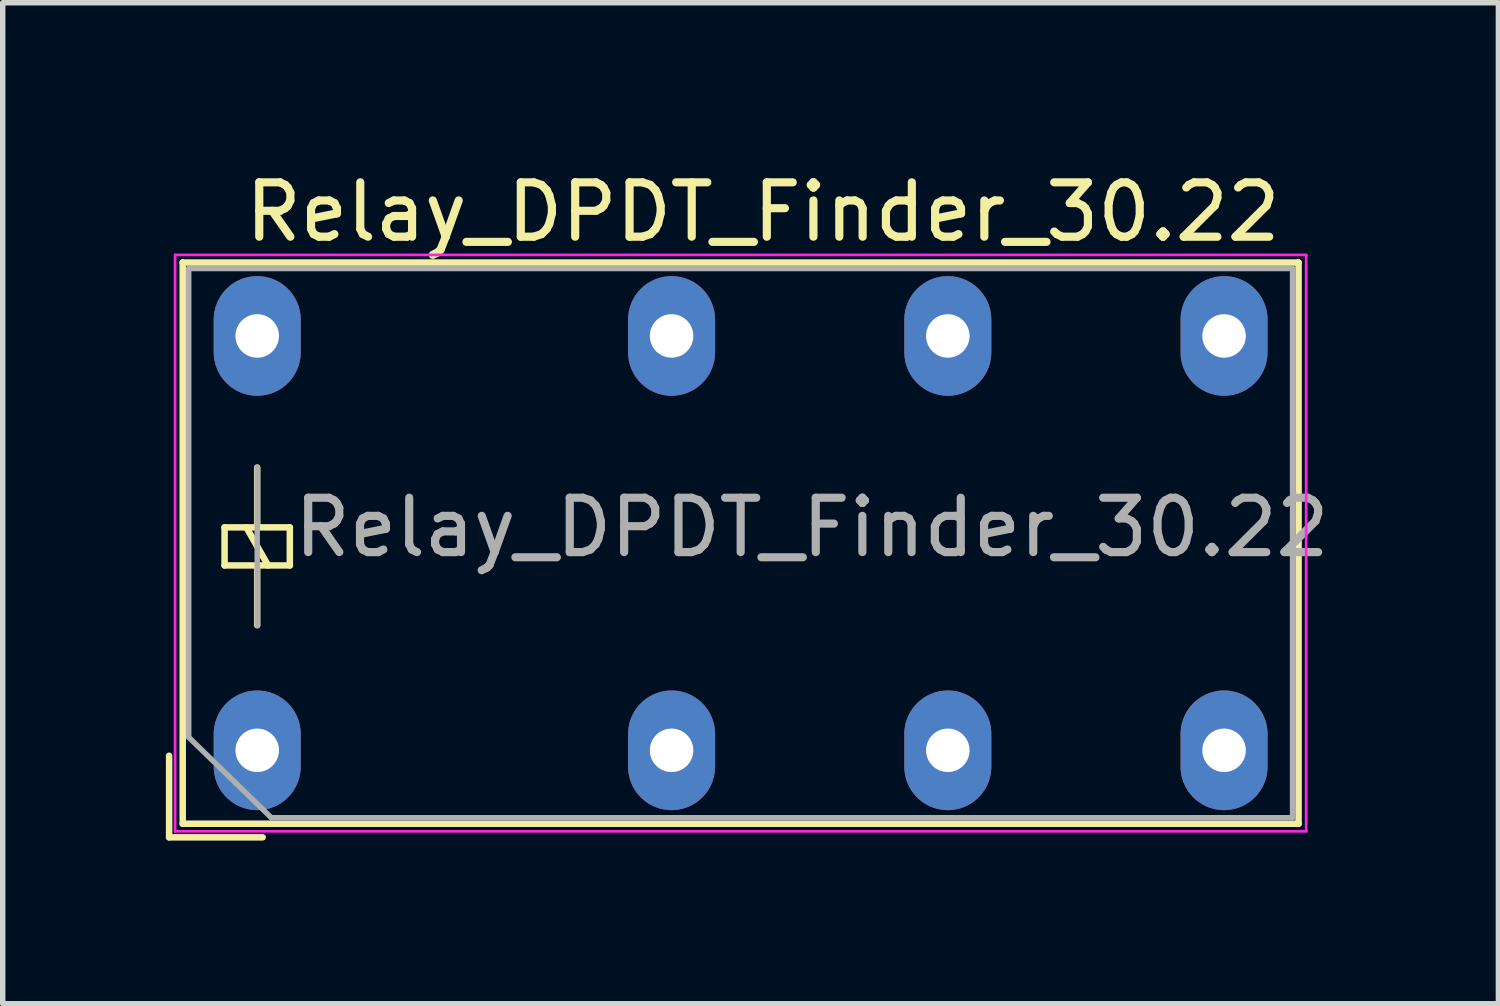
<source format=kicad_pcb>
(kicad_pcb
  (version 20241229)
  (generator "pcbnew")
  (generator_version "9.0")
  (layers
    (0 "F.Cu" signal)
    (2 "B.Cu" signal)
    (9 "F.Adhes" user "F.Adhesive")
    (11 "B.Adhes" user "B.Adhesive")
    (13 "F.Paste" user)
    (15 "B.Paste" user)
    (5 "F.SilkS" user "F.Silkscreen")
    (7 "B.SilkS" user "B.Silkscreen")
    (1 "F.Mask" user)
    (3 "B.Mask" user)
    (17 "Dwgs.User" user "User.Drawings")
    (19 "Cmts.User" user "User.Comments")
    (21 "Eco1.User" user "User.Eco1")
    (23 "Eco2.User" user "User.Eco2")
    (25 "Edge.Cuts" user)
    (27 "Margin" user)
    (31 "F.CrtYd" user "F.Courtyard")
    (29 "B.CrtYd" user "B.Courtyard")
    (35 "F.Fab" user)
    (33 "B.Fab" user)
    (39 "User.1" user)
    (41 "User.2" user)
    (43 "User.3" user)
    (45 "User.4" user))
  (footprint "Relay_DPDT_Finder_30.22"
    (layer "F.Cu")
    (at 1.68 10.748)
    (property "Reference" "Relay_DPDT_Finder_30.22" (at 9.3 -9.9 0) (layer "F.SilkS") (effects (font (size 1 1) (thickness 0.15))))
    (attr through_hole)
    (fp_line (start -1.62 1.6) (end -1.62 0.1) (stroke (width 0.12) (type solid)) (layer "F.SilkS"))
    (fp_line (start -1.37 -8.97) (end 19.15 -8.97) (stroke (width 0.12) (type solid)) (layer "F.SilkS"))
    (fp_line (start -1.37 1.35) (end -1.37 -8.97) (stroke (width 0.12) (type solid)) (layer "F.SilkS"))
    (fp_line (start -0.6 -4.1) (end -0.6 -3.4) (stroke (width 0.12) (type solid)) (layer "F.SilkS"))
    (fp_line (start -0.6 -3.4) (end 0.6 -3.4) (stroke (width 0.12) (type solid)) (layer "F.SilkS"))
    (fp_line (start 0 -4.1) (end 0 -5.2) (stroke (width 0.12) (type solid)) (layer "F.SilkS"))
    (fp_line (start 0 -3.4) (end 0 -2.3) (stroke (width 0.12) (type solid)) (layer "F.SilkS"))
    (fp_line (start 0.1 1.6) (end -1.62 1.6) (stroke (width 0.12) (type solid)) (layer "F.SilkS"))
    (fp_line (start 0.2 -3.4) (end -0.2 -4.1) (stroke (width 0.12) (type solid)) (layer "F.SilkS"))
    (fp_line (start 0.6 -4.1) (end -0.6 -4.1) (stroke (width 0.12) (type solid)) (layer "F.SilkS"))
    (fp_line (start 0.6 -3.4) (end 0.6 -4.1) (stroke (width 0.12) (type solid)) (layer "F.SilkS"))
    (fp_line (start 19.15 -8.97) (end 19.15 1.35) (stroke (width 0.12) (type solid)) (layer "F.SilkS"))
    (fp_line (start 19.15 1.35) (end -1.37 1.35) (stroke (width 0.12) (type solid)) (layer "F.SilkS"))
    (fp_line (start -1.51 -9.11) (end -1.51 1.49) (stroke (width 0.05) (type solid)) (layer "F.CrtYd"))
    (fp_line (start -1.51 -9.11) (end 19.29 -9.11) (stroke (width 0.05) (type solid)) (layer "F.CrtYd"))
    (fp_line (start 19.29 1.49) (end -1.51 1.49) (stroke (width 0.05) (type solid)) (layer "F.CrtYd"))
    (fp_line (start 19.29 1.49) (end 19.29 -9.11) (stroke (width 0.05) (type solid)) (layer "F.CrtYd"))
    (fp_line (start -1.26 -8.86) (end 19.04 -8.86) (stroke (width 0.1) (type solid)) (layer "F.Fab"))
    (fp_line (start -1.26 -0.24) (end -1.26 -8.86) (stroke (width 0.1) (type solid)) (layer "F.Fab"))
    (fp_line (start 0 -2.3) (end 0 -5.2) (stroke (width 0.1) (type solid)) (layer "F.Fab"))
    (fp_line (start 0.26 1.24) (end -1.26 -0.24) (stroke (width 0.1) (type solid)) (layer "F.Fab"))
    (fp_line (start 19.04 -8.86) (end 19.04 1.24) (stroke (width 0.1) (type solid)) (layer "F.Fab"))
    (fp_line (start 19.04 1.24) (end 0.26 1.24) (stroke (width 0.1) (type solid)) (layer "F.Fab"))
    (fp_text user "${REFERENCE}" (at 10.2 -4.1 180) (layer "F.Fab") (effects (font (size 1 1) (thickness 0.15))))
    (pad "11" thru_hole oval (at 7.62 0 180) (size 1.6 2.2) (drill 0.8) (layers "*.Cu" "*.Mask"))
    (pad "12" thru_hole oval (at 12.7 0 180) (size 1.6 2.2) (drill 0.8) (layers "*.Cu" "*.Mask"))
    (pad "14" thru_hole oval (at 17.78 0 180) (size 1.6 2.2) (drill 0.8) (layers "*.Cu" "*.Mask"))
    (pad "21" thru_hole oval (at 7.62 -7.62 180) (size 1.6 2.2) (drill 0.8) (layers "*.Cu" "*.Mask"))
    (pad "22" thru_hole oval (at 12.7 -7.62 180) (size 1.6 2.2) (drill 0.8) (layers "*.Cu" "*.Mask"))
    (pad "24" thru_hole oval (at 17.78 -7.62 180) (size 1.6 2.2) (drill 0.8) (layers "*.Cu" "*.Mask"))
    (pad "A1" thru_hole oval (at 0 0 180) (size 1.6 2.2) (drill 0.8) (layers "*.Cu" "*.Mask"))
    (pad "A2" thru_hole oval (at 0 -7.62 180) (size 1.6 2.2) (drill 0.8) (layers "*.Cu" "*.Mask")))
  (gr_rect
    (start -3 -3)
    (end 24.505 15.408)
    (stroke (width 0.1) (type default))
    (fill no)
    (layer "Edge.Cuts")))
</source>
